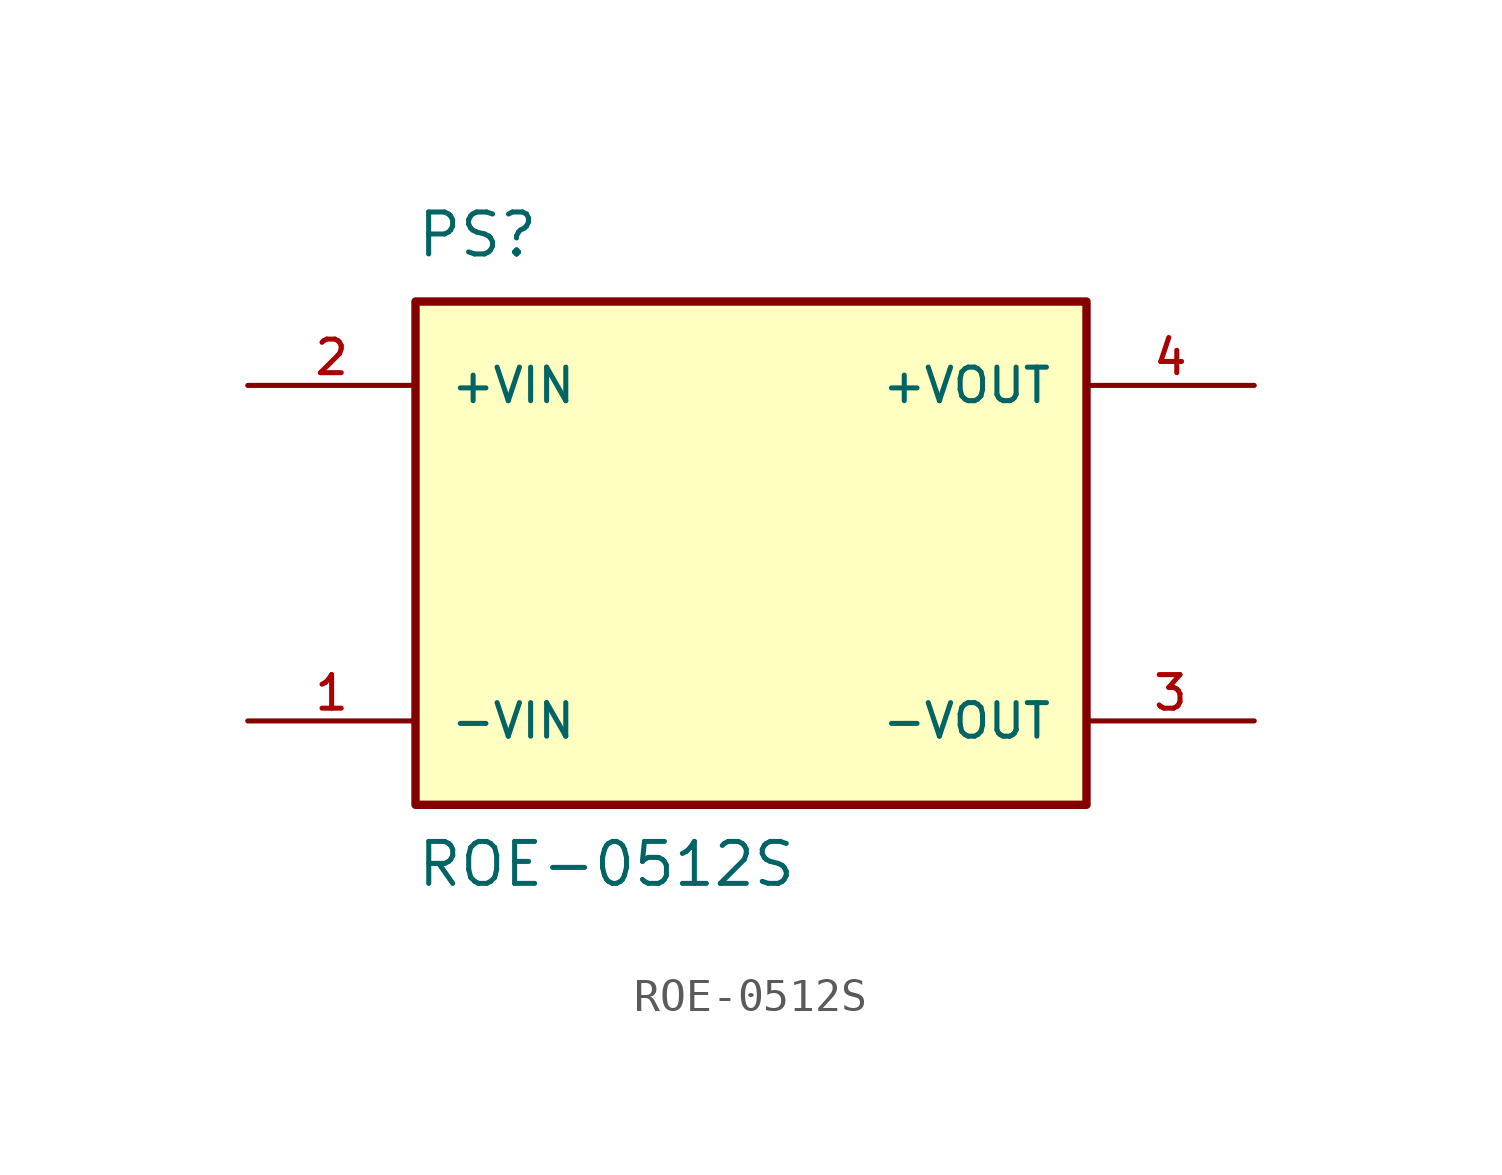
<source format=kicad_sym>
(kicad_symbol_lib
  (version 20211014)
  (generator kicad_symbol_editor)
  (symbol "ROE-0512S"
    (pin_names
      (offset 1.016))
    (property "Reference" "PS"
      (at -10.164 8.898 0)
      (effects (font (size 1.27 1.27)) (justify bottom left)))
    (property "Value" "ROE-0512S"
      (at -10.161 -10.163 0)
      (effects (font (size 1.27 1.27)) (justify bottom left)))
    (symbol "ROE-0512S_0_0"
      (rectangle (start -10.16 -7.62) (end 10.16 7.62) (stroke (width 0.254)) (fill (type background)))
      (pin input line (at -15.24 5.08 0) (length 5.08) (name "+VIN" (effects (font (size 1.016 1.016)))) (number "2" (effects (font (size 1.016 1.016)))))
      (pin output line (at 15.24 5.08 180.0) (length 5.08) (name "+VOUT" (effects (font (size 1.016 1.016)))) (number "4" (effects (font (size 1.016 1.016)))))
      (pin output line (at 15.24 -5.08 180.0) (length 5.08) (name "-VOUT" (effects (font (size 1.016 1.016)))) (number "3" (effects (font (size 1.016 1.016)))))
      (pin input line (at -15.24 -5.08 0) (length 5.08) (name "-VIN" (effects (font (size 1.016 1.016)))) (number "1" (effects (font (size 1.016 1.016))))))))
</source>
